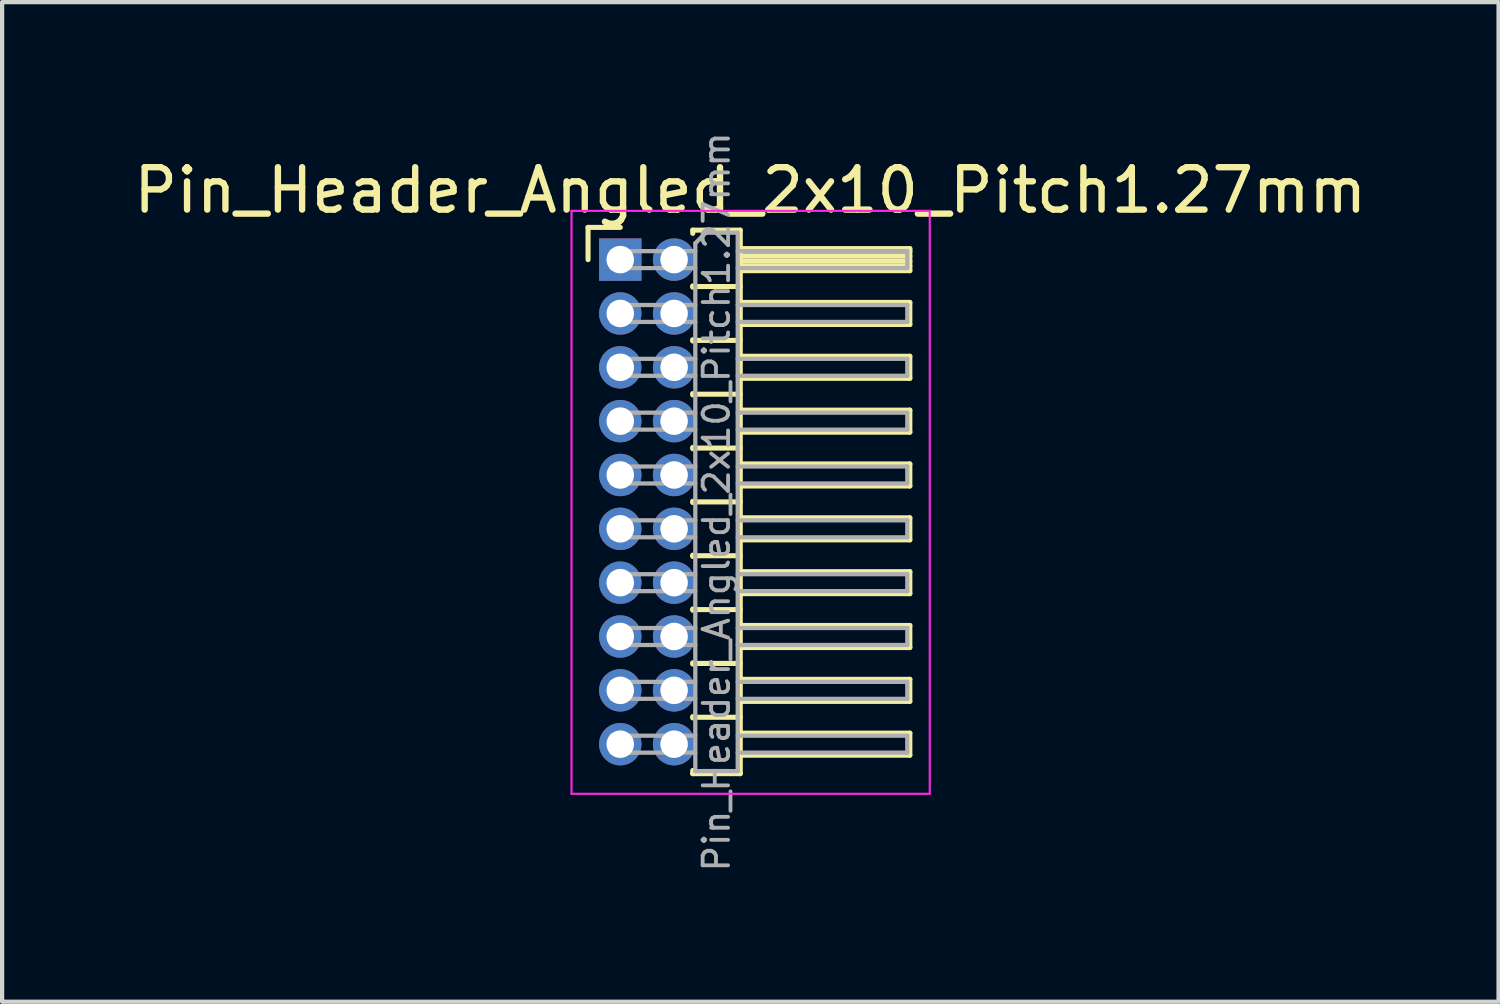
<source format=kicad_pcb>
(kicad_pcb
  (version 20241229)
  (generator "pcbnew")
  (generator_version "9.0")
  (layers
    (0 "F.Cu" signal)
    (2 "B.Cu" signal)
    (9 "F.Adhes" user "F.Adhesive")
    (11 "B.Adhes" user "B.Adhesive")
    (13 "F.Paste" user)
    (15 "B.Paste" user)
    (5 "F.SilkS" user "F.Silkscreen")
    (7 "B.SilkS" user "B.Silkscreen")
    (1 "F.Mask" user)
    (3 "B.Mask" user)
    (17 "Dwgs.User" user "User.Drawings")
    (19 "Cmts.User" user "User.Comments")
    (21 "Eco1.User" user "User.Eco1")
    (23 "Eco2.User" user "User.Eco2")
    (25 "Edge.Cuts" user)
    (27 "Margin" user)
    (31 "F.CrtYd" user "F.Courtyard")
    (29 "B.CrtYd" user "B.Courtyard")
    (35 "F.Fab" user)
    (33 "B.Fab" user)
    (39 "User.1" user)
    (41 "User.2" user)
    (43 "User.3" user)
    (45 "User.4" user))
  (footprint "Pin_Header_Angled_2x10_Pitch1.27mm"
    (layer "F.Cu")
    (at 11.581 3.074)
    (property "Reference" "Pin_Header_Angled_2x10_Pitch1.27mm" (at 3.067 -1.635 0) (layer "F.SilkS") (effects (font (size 1 1) (thickness 0.15))))
    (attr through_hole)
    (fp_line (start -0.76 -0.76) (end 0 -0.76) (stroke (width 0.12) (type solid)) (layer "F.SilkS"))
    (fp_line (start -0.76 0) (end -0.76 -0.76) (stroke (width 0.12) (type solid)) (layer "F.SilkS"))
    (fp_line (start 1.71 -0.695) (end 2.83 -0.695) (stroke (width 0.12) (type solid)) (layer "F.SilkS"))
    (fp_line (start 1.71 -0.62) (end 1.71 -0.695) (stroke (width 0.12) (type solid)) (layer "F.SilkS"))
    (fp_line (start 1.71 0.62) (end 1.71 0.65) (stroke (width 0.12) (type solid)) (layer "F.SilkS"))
    (fp_line (start 1.71 0.635) (end 2.83 0.635) (stroke (width 0.12) (type solid)) (layer "F.SilkS"))
    (fp_line (start 1.71 1.89) (end 1.71 1.92) (stroke (width 0.12) (type solid)) (layer "F.SilkS"))
    (fp_line (start 1.71 1.905) (end 2.83 1.905) (stroke (width 0.12) (type solid)) (layer "F.SilkS"))
    (fp_line (start 1.71 3.16) (end 1.71 3.19) (stroke (width 0.12) (type solid)) (layer "F.SilkS"))
    (fp_line (start 1.71 3.175) (end 2.83 3.175) (stroke (width 0.12) (type solid)) (layer "F.SilkS"))
    (fp_line (start 1.71 4.43) (end 1.71 4.46) (stroke (width 0.12) (type solid)) (layer "F.SilkS"))
    (fp_line (start 1.71 4.445) (end 2.83 4.445) (stroke (width 0.12) (type solid)) (layer "F.SilkS"))
    (fp_line (start 1.71 5.7) (end 1.71 5.73) (stroke (width 0.12) (type solid)) (layer "F.SilkS"))
    (fp_line (start 1.71 5.715) (end 2.83 5.715) (stroke (width 0.12) (type solid)) (layer "F.SilkS"))
    (fp_line (start 1.71 6.97) (end 1.71 7) (stroke (width 0.12) (type solid)) (layer "F.SilkS"))
    (fp_line (start 1.71 6.985) (end 2.83 6.985) (stroke (width 0.12) (type solid)) (layer "F.SilkS"))
    (fp_line (start 1.71 8.24) (end 1.71 8.27) (stroke (width 0.12) (type solid)) (layer "F.SilkS"))
    (fp_line (start 1.71 8.255) (end 2.83 8.255) (stroke (width 0.12) (type solid)) (layer "F.SilkS"))
    (fp_line (start 1.71 9.51) (end 1.71 9.54) (stroke (width 0.12) (type solid)) (layer "F.SilkS"))
    (fp_line (start 1.71 9.525) (end 2.83 9.525) (stroke (width 0.12) (type solid)) (layer "F.SilkS"))
    (fp_line (start 1.71 10.78) (end 1.71 10.81) (stroke (width 0.12) (type solid)) (layer "F.SilkS"))
    (fp_line (start 1.71 10.795) (end 2.83 10.795) (stroke (width 0.12) (type solid)) (layer "F.SilkS"))
    (fp_line (start 1.71 12.125) (end 1.71 12.05) (stroke (width 0.12) (type solid)) (layer "F.SilkS"))
    (fp_line (start 2.83 -0.695) (end 2.83 12.125) (stroke (width 0.12) (type solid)) (layer "F.SilkS"))
    (fp_line (start 2.83 -0.26) (end 6.83 -0.26) (stroke (width 0.12) (type solid)) (layer "F.SilkS"))
    (fp_line (start 2.83 -0.2) (end 6.83 -0.2) (stroke (width 0.12) (type solid)) (layer "F.SilkS"))
    (fp_line (start 2.83 -0.08) (end 6.83 -0.08) (stroke (width 0.12) (type solid)) (layer "F.SilkS"))
    (fp_line (start 2.83 0.04) (end 6.83 0.04) (stroke (width 0.12) (type solid)) (layer "F.SilkS"))
    (fp_line (start 2.83 0.16) (end 6.83 0.16) (stroke (width 0.12) (type solid)) (layer "F.SilkS"))
    (fp_line (start 2.83 1.01) (end 6.83 1.01) (stroke (width 0.12) (type solid)) (layer "F.SilkS"))
    (fp_line (start 2.83 2.28) (end 6.83 2.28) (stroke (width 0.12) (type solid)) (layer "F.SilkS"))
    (fp_line (start 2.83 3.55) (end 6.83 3.55) (stroke (width 0.12) (type solid)) (layer "F.SilkS"))
    (fp_line (start 2.83 4.82) (end 6.83 4.82) (stroke (width 0.12) (type solid)) (layer "F.SilkS"))
    (fp_line (start 2.83 6.09) (end 6.83 6.09) (stroke (width 0.12) (type solid)) (layer "F.SilkS"))
    (fp_line (start 2.83 7.36) (end 6.83 7.36) (stroke (width 0.12) (type solid)) (layer "F.SilkS"))
    (fp_line (start 2.83 8.63) (end 6.83 8.63) (stroke (width 0.12) (type solid)) (layer "F.SilkS"))
    (fp_line (start 2.83 9.9) (end 6.83 9.9) (stroke (width 0.12) (type solid)) (layer "F.SilkS"))
    (fp_line (start 2.83 11.17) (end 6.83 11.17) (stroke (width 0.12) (type solid)) (layer "F.SilkS"))
    (fp_line (start 2.83 12.125) (end 1.71 12.125) (stroke (width 0.12) (type solid)) (layer "F.SilkS"))
    (fp_line (start 6.83 -0.26) (end 6.83 0.26) (stroke (width 0.12) (type solid)) (layer "F.SilkS"))
    (fp_line (start 6.83 0.26) (end 2.83 0.26) (stroke (width 0.12) (type solid)) (layer "F.SilkS"))
    (fp_line (start 6.83 1.01) (end 6.83 1.53) (stroke (width 0.12) (type solid)) (layer "F.SilkS"))
    (fp_line (start 6.83 1.53) (end 2.83 1.53) (stroke (width 0.12) (type solid)) (layer "F.SilkS"))
    (fp_line (start 6.83 2.28) (end 6.83 2.8) (stroke (width 0.12) (type solid)) (layer "F.SilkS"))
    (fp_line (start 6.83 2.8) (end 2.83 2.8) (stroke (width 0.12) (type solid)) (layer "F.SilkS"))
    (fp_line (start 6.83 3.55) (end 6.83 4.07) (stroke (width 0.12) (type solid)) (layer "F.SilkS"))
    (fp_line (start 6.83 4.07) (end 2.83 4.07) (stroke (width 0.12) (type solid)) (layer "F.SilkS"))
    (fp_line (start 6.83 4.82) (end 6.83 5.34) (stroke (width 0.12) (type solid)) (layer "F.SilkS"))
    (fp_line (start 6.83 5.34) (end 2.83 5.34) (stroke (width 0.12) (type solid)) (layer "F.SilkS"))
    (fp_line (start 6.83 6.09) (end 6.83 6.61) (stroke (width 0.12) (type solid)) (layer "F.SilkS"))
    (fp_line (start 6.83 6.61) (end 2.83 6.61) (stroke (width 0.12) (type solid)) (layer "F.SilkS"))
    (fp_line (start 6.83 7.36) (end 6.83 7.88) (stroke (width 0.12) (type solid)) (layer "F.SilkS"))
    (fp_line (start 6.83 7.88) (end 2.83 7.88) (stroke (width 0.12) (type solid)) (layer "F.SilkS"))
    (fp_line (start 6.83 8.63) (end 6.83 9.15) (stroke (width 0.12) (type solid)) (layer "F.SilkS"))
    (fp_line (start 6.83 9.15) (end 2.83 9.15) (stroke (width 0.12) (type solid)) (layer "F.SilkS"))
    (fp_line (start 6.83 9.9) (end 6.83 10.42) (stroke (width 0.12) (type solid)) (layer "F.SilkS"))
    (fp_line (start 6.83 10.42) (end 2.83 10.42) (stroke (width 0.12) (type solid)) (layer "F.SilkS"))
    (fp_line (start 6.83 11.17) (end 6.83 11.69) (stroke (width 0.12) (type solid)) (layer "F.SilkS"))
    (fp_line (start 6.83 11.69) (end 2.83 11.69) (stroke (width 0.12) (type solid)) (layer "F.SilkS"))
    (fp_line (start -1.15 -1.15) (end -1.15 12.6) (stroke (width 0.05) (type solid)) (layer "F.CrtYd"))
    (fp_line (start -1.15 12.6) (end 7.3 12.6) (stroke (width 0.05) (type solid)) (layer "F.CrtYd"))
    (fp_line (start 7.3 -1.15) (end -1.15 -1.15) (stroke (width 0.05) (type solid)) (layer "F.CrtYd"))
    (fp_line (start 7.3 12.6) (end 7.3 -1.15) (stroke (width 0.05) (type solid)) (layer "F.CrtYd"))
    (fp_line (start -0.2 -0.2) (end -0.2 0.2) (stroke (width 0.1) (type solid)) (layer "F.Fab"))
    (fp_line (start -0.2 -0.2) (end 1.77 -0.2) (stroke (width 0.1) (type solid)) (layer "F.Fab"))
    (fp_line (start -0.2 0.2) (end 1.77 0.2) (stroke (width 0.1) (type solid)) (layer "F.Fab"))
    (fp_line (start -0.2 1.07) (end -0.2 1.47) (stroke (width 0.1) (type solid)) (layer "F.Fab"))
    (fp_line (start -0.2 1.07) (end 1.77 1.07) (stroke (width 0.1) (type solid)) (layer "F.Fab"))
    (fp_line (start -0.2 1.47) (end 1.77 1.47) (stroke (width 0.1) (type solid)) (layer "F.Fab"))
    (fp_line (start -0.2 2.34) (end -0.2 2.74) (stroke (width 0.1) (type solid)) (layer "F.Fab"))
    (fp_line (start -0.2 2.34) (end 1.77 2.34) (stroke (width 0.1) (type solid)) (layer "F.Fab"))
    (fp_line (start -0.2 2.74) (end 1.77 2.74) (stroke (width 0.1) (type solid)) (layer "F.Fab"))
    (fp_line (start -0.2 3.61) (end -0.2 4.01) (stroke (width 0.1) (type solid)) (layer "F.Fab"))
    (fp_line (start -0.2 3.61) (end 1.77 3.61) (stroke (width 0.1) (type solid)) (layer "F.Fab"))
    (fp_line (start -0.2 4.01) (end 1.77 4.01) (stroke (width 0.1) (type solid)) (layer "F.Fab"))
    (fp_line (start -0.2 4.88) (end -0.2 5.28) (stroke (width 0.1) (type solid)) (layer "F.Fab"))
    (fp_line (start -0.2 4.88) (end 1.77 4.88) (stroke (width 0.1) (type solid)) (layer "F.Fab"))
    (fp_line (start -0.2 5.28) (end 1.77 5.28) (stroke (width 0.1) (type solid)) (layer "F.Fab"))
    (fp_line (start -0.2 6.15) (end -0.2 6.55) (stroke (width 0.1) (type solid)) (layer "F.Fab"))
    (fp_line (start -0.2 6.15) (end 1.77 6.15) (stroke (width 0.1) (type solid)) (layer "F.Fab"))
    (fp_line (start -0.2 6.55) (end 1.77 6.55) (stroke (width 0.1) (type solid)) (layer "F.Fab"))
    (fp_line (start -0.2 7.42) (end -0.2 7.82) (stroke (width 0.1) (type solid)) (layer "F.Fab"))
    (fp_line (start -0.2 7.42) (end 1.77 7.42) (stroke (width 0.1) (type solid)) (layer "F.Fab"))
    (fp_line (start -0.2 7.82) (end 1.77 7.82) (stroke (width 0.1) (type solid)) (layer "F.Fab"))
    (fp_line (start -0.2 8.69) (end -0.2 9.09) (stroke (width 0.1) (type solid)) (layer "F.Fab"))
    (fp_line (start -0.2 8.69) (end 1.77 8.69) (stroke (width 0.1) (type solid)) (layer "F.Fab"))
    (fp_line (start -0.2 9.09) (end 1.77 9.09) (stroke (width 0.1) (type solid)) (layer "F.Fab"))
    (fp_line (start -0.2 9.96) (end -0.2 10.36) (stroke (width 0.1) (type solid)) (layer "F.Fab"))
    (fp_line (start -0.2 9.96) (end 1.77 9.96) (stroke (width 0.1) (type solid)) (layer "F.Fab"))
    (fp_line (start -0.2 10.36) (end 1.77 10.36) (stroke (width 0.1) (type solid)) (layer "F.Fab"))
    (fp_line (start -0.2 11.23) (end -0.2 11.63) (stroke (width 0.1) (type solid)) (layer "F.Fab"))
    (fp_line (start -0.2 11.23) (end 1.77 11.23) (stroke (width 0.1) (type solid)) (layer "F.Fab"))
    (fp_line (start -0.2 11.63) (end 1.77 11.63) (stroke (width 0.1) (type solid)) (layer "F.Fab"))
    (fp_line (start 1.77 -0.385) (end 2.02 -0.635) (stroke (width 0.1) (type solid)) (layer "F.Fab"))
    (fp_line (start 1.77 12.065) (end 1.77 -0.385) (stroke (width 0.1) (type solid)) (layer "F.Fab"))
    (fp_line (start 2.02 -0.635) (end 2.77 -0.635) (stroke (width 0.1) (type solid)) (layer "F.Fab"))
    (fp_line (start 2.77 -0.635) (end 2.77 12.065) (stroke (width 0.1) (type solid)) (layer "F.Fab"))
    (fp_line (start 2.77 -0.2) (end 6.77 -0.2) (stroke (width 0.1) (type solid)) (layer "F.Fab"))
    (fp_line (start 2.77 0.2) (end 6.77 0.2) (stroke (width 0.1) (type solid)) (layer "F.Fab"))
    (fp_line (start 2.77 1.07) (end 6.77 1.07) (stroke (width 0.1) (type solid)) (layer "F.Fab"))
    (fp_line (start 2.77 1.47) (end 6.77 1.47) (stroke (width 0.1) (type solid)) (layer "F.Fab"))
    (fp_line (start 2.77 2.34) (end 6.77 2.34) (stroke (width 0.1) (type solid)) (layer "F.Fab"))
    (fp_line (start 2.77 2.74) (end 6.77 2.74) (stroke (width 0.1) (type solid)) (layer "F.Fab"))
    (fp_line (start 2.77 3.61) (end 6.77 3.61) (stroke (width 0.1) (type solid)) (layer "F.Fab"))
    (fp_line (start 2.77 4.01) (end 6.77 4.01) (stroke (width 0.1) (type solid)) (layer "F.Fab"))
    (fp_line (start 2.77 4.88) (end 6.77 4.88) (stroke (width 0.1) (type solid)) (layer "F.Fab"))
    (fp_line (start 2.77 5.28) (end 6.77 5.28) (stroke (width 0.1) (type solid)) (layer "F.Fab"))
    (fp_line (start 2.77 6.15) (end 6.77 6.15) (stroke (width 0.1) (type solid)) (layer "F.Fab"))
    (fp_line (start 2.77 6.55) (end 6.77 6.55) (stroke (width 0.1) (type solid)) (layer "F.Fab"))
    (fp_line (start 2.77 7.42) (end 6.77 7.42) (stroke (width 0.1) (type solid)) (layer "F.Fab"))
    (fp_line (start 2.77 7.82) (end 6.77 7.82) (stroke (width 0.1) (type solid)) (layer "F.Fab"))
    (fp_line (start 2.77 8.69) (end 6.77 8.69) (stroke (width 0.1) (type solid)) (layer "F.Fab"))
    (fp_line (start 2.77 9.09) (end 6.77 9.09) (stroke (width 0.1) (type solid)) (layer "F.Fab"))
    (fp_line (start 2.77 9.96) (end 6.77 9.96) (stroke (width 0.1) (type solid)) (layer "F.Fab"))
    (fp_line (start 2.77 10.36) (end 6.77 10.36) (stroke (width 0.1) (type solid)) (layer "F.Fab"))
    (fp_line (start 2.77 11.23) (end 6.77 11.23) (stroke (width 0.1) (type solid)) (layer "F.Fab"))
    (fp_line (start 2.77 11.63) (end 6.77 11.63) (stroke (width 0.1) (type solid)) (layer "F.Fab"))
    (fp_line (start 2.77 12.065) (end 1.77 12.065) (stroke (width 0.1) (type solid)) (layer "F.Fab"))
    (fp_line (start 6.77 -0.2) (end 6.77 0.2) (stroke (width 0.1) (type solid)) (layer "F.Fab"))
    (fp_line (start 6.77 1.07) (end 6.77 1.47) (stroke (width 0.1) (type solid)) (layer "F.Fab"))
    (fp_line (start 6.77 2.34) (end 6.77 2.74) (stroke (width 0.1) (type solid)) (layer "F.Fab"))
    (fp_line (start 6.77 3.61) (end 6.77 4.01) (stroke (width 0.1) (type solid)) (layer "F.Fab"))
    (fp_line (start 6.77 4.88) (end 6.77 5.28) (stroke (width 0.1) (type solid)) (layer "F.Fab"))
    (fp_line (start 6.77 6.15) (end 6.77 6.55) (stroke (width 0.1) (type solid)) (layer "F.Fab"))
    (fp_line (start 6.77 7.42) (end 6.77 7.82) (stroke (width 0.1) (type solid)) (layer "F.Fab"))
    (fp_line (start 6.77 8.69) (end 6.77 9.09) (stroke (width 0.1) (type solid)) (layer "F.Fab"))
    (fp_line (start 6.77 9.96) (end 6.77 10.36) (stroke (width 0.1) (type solid)) (layer "F.Fab"))
    (fp_line (start 6.77 11.23) (end 6.77 11.63) (stroke (width 0.1) (type solid)) (layer "F.Fab"))
    (fp_text user "${REFERENCE}" (at 2.27 5.715 90) (layer "F.Fab") (effects (font (size 0.6 0.6) (thickness 0.09))))
    (pad "1" thru_hole rect (at 0 0) (size 1 1) (drill 0.65) (layers "*.Cu" "*.Mask"))
    (pad "2" thru_hole oval (at 1.27 0) (size 1 1) (drill 0.65) (layers "*.Cu" "*.Mask"))
    (pad "3" thru_hole oval (at 0 1.27) (size 1 1) (drill 0.65) (layers "*.Cu" "*.Mask"))
    (pad "4" thru_hole oval (at 1.27 1.27) (size 1 1) (drill 0.65) (layers "*.Cu" "*.Mask"))
    (pad "5" thru_hole oval (at 0 2.54) (size 1 1) (drill 0.65) (layers "*.Cu" "*.Mask"))
    (pad "6" thru_hole oval (at 1.27 2.54) (size 1 1) (drill 0.65) (layers "*.Cu" "*.Mask"))
    (pad "7" thru_hole oval (at 0 3.81) (size 1 1) (drill 0.65) (layers "*.Cu" "*.Mask"))
    (pad "8" thru_hole oval (at 1.27 3.81) (size 1 1) (drill 0.65) (layers "*.Cu" "*.Mask"))
    (pad "9" thru_hole oval (at 0 5.08) (size 1 1) (drill 0.65) (layers "*.Cu" "*.Mask"))
    (pad "10" thru_hole oval (at 1.27 5.08) (size 1 1) (drill 0.65) (layers "*.Cu" "*.Mask"))
    (pad "11" thru_hole oval (at 0 6.35) (size 1 1) (drill 0.65) (layers "*.Cu" "*.Mask"))
    (pad "12" thru_hole oval (at 1.27 6.35) (size 1 1) (drill 0.65) (layers "*.Cu" "*.Mask"))
    (pad "13" thru_hole oval (at 0 7.62) (size 1 1) (drill 0.65) (layers "*.Cu" "*.Mask"))
    (pad "14" thru_hole oval (at 1.27 7.62) (size 1 1) (drill 0.65) (layers "*.Cu" "*.Mask"))
    (pad "15" thru_hole oval (at 0 8.89) (size 1 1) (drill 0.65) (layers "*.Cu" "*.Mask"))
    (pad "16" thru_hole oval (at 1.27 8.89) (size 1 1) (drill 0.65) (layers "*.Cu" "*.Mask"))
    (pad "17" thru_hole oval (at 0 10.16) (size 1 1) (drill 0.65) (layers "*.Cu" "*.Mask"))
    (pad "18" thru_hole oval (at 1.27 10.16) (size 1 1) (drill 0.65) (layers "*.Cu" "*.Mask"))
    (pad "19" thru_hole oval (at 0 11.43) (size 1 1) (drill 0.65) (layers "*.Cu" "*.Mask"))
    (pad "20" thru_hole oval (at 1.27 11.43) (size 1 1) (drill 0.65) (layers "*.Cu" "*.Mask")))
  (gr_rect
    (start -3 -3)
    (end 32.298 20.579)
    (stroke (width 0.1) (type default))
    (fill no)
    (layer "Edge.Cuts")))
</source>
